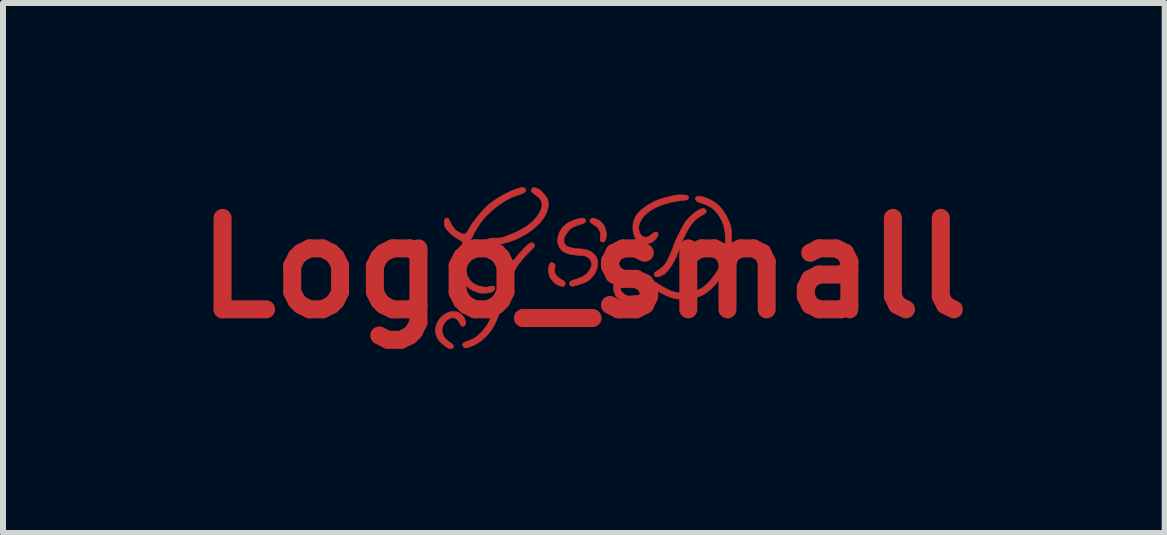
<source format=kicad_pcb>
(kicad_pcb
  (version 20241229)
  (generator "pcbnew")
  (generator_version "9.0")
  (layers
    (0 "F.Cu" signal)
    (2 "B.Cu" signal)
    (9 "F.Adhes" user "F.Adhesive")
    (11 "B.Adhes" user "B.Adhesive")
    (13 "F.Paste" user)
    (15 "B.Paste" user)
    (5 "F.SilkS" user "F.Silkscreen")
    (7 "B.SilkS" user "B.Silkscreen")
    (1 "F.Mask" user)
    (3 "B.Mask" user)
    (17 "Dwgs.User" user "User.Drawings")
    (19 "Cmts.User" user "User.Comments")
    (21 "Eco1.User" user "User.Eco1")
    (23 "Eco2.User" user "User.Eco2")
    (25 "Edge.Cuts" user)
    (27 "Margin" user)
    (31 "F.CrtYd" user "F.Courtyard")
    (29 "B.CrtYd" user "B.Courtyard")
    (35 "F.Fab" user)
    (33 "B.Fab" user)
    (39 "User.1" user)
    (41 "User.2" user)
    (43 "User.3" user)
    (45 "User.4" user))
  (footprint "Logo_small"
    (layer "F.Cu")
    (at 6.684 1.418)
    (property "Reference" "Logo_small" (at 0 0 0) (layer "F.Cu") (effects (font (size 1.524 1.524) (thickness 0.3))))
    (attr through_hole)
    (fp_poly (pts (xy -0.512 -0.087) (xy -0.496 -0.074) (xy -0.485 -0.056) (xy -0.479 -0.034) (xy -0.482 -0.009) (xy -0.482 -0.007) (xy -0.488 0.026) (xy -0.487 0.059) (xy -0.48 0.089) (xy -0.474 0.102) (xy -0.463 0.118) (xy -0.445 0.138) (xy -0.423 0.158) (xy -0.399 0.177) (xy -0.377 0.193) (xy -0.358 0.203) (xy -0.341 0.212) (xy -0.326 0.223) (xy -0.324 0.225) (xy -0.313 0.241) (xy -0.31 0.26) (xy -0.314 0.279) (xy -0.324 0.295) (xy -0.34 0.305) (xy -0.345 0.306) (xy -0.357 0.307) (xy -0.374 0.304) (xy -0.392 0.3) (xy -0.436 0.284) (xy -0.478 0.257) (xy -0.514 0.225) (xy -0.546 0.183) (xy -0.57 0.138) (xy -0.585 0.09) (xy -0.59 0.041) (xy -0.586 -0.008) (xy -0.579 -0.038) (xy -0.571 -0.062) (xy -0.563 -0.078) (xy -0.554 -0.087) (xy -0.542 -0.091) (xy -0.533 -0.091) (xy -0.512 -0.087)) (stroke (width 0.01) (type solid)) (fill yes) (layer "F.Cu"))
    (fp_poly (pts (xy 0.161 -0.831) (xy 0.184 -0.825) (xy 0.195 -0.821) (xy 0.234 -0.804) (xy 0.267 -0.784) (xy 0.296 -0.759) (xy 0.297 -0.758) (xy 0.317 -0.736) (xy 0.333 -0.713) (xy 0.347 -0.687) (xy 0.358 -0.655) (xy 0.368 -0.617) (xy 0.371 -0.604) (xy 0.376 -0.582) (xy 0.378 -0.566) (xy 0.378 -0.552) (xy 0.376 -0.536) (xy 0.373 -0.52) (xy 0.364 -0.485) (xy 0.354 -0.459) (xy 0.343 -0.442) (xy 0.329 -0.434) (xy 0.318 -0.432) (xy 0.303 -0.434) (xy 0.291 -0.438) (xy 0.278 -0.45) (xy 0.272 -0.469) (xy 0.272 -0.494) (xy 0.274 -0.501) (xy 0.279 -0.547) (xy 0.274 -0.589) (xy 0.261 -0.627) (xy 0.249 -0.648) (xy 0.236 -0.664) (xy 0.223 -0.678) (xy 0.206 -0.693) (xy 0.184 -0.709) (xy 0.162 -0.723) (xy 0.142 -0.736) (xy 0.126 -0.748) (xy 0.114 -0.758) (xy 0.11 -0.763) (xy 0.102 -0.781) (xy 0.104 -0.8) (xy 0.116 -0.818) (xy 0.116 -0.818) (xy 0.129 -0.828) (xy 0.143 -0.832) (xy 0.161 -0.831)) (stroke (width 0.01) (type solid)) (fill yes) (layer "F.Cu"))
    (fp_poly (pts (xy -2.125 0.73) (xy -2.102 0.737) (xy -2.072 0.752) (xy -2.043 0.775) (xy -2.016 0.802) (xy -1.995 0.833) (xy -1.99 0.842) (xy -1.978 0.872) (xy -1.972 0.901) (xy -1.972 0.926) (xy -1.977 0.946) (xy -1.987 0.962) (xy -2.002 0.971) (xy -2.02 0.972) (xy -2.036 0.968) (xy -2.045 0.962) (xy -2.053 0.954) (xy -2.061 0.94) (xy -2.071 0.919) (xy -2.072 0.918) (xy -2.092 0.882) (xy -2.116 0.855) (xy -2.143 0.837) (xy -2.173 0.829) (xy -2.205 0.831) (xy -2.24 0.843) (xy -2.246 0.846) (xy -2.272 0.863) (xy -2.299 0.887) (xy -2.322 0.914) (xy -2.338 0.939) (xy -2.351 0.968) (xy -2.36 1.001) (xy -2.364 1.032) (xy -2.363 1.059) (xy -2.362 1.06) (xy -2.351 1.103) (xy -2.334 1.142) (xy -2.31 1.176) (xy -2.278 1.207) (xy -2.237 1.238) (xy -2.235 1.239) (xy -2.21 1.256) (xy -2.193 1.27) (xy -2.182 1.281) (xy -2.176 1.291) (xy -2.174 1.302) (xy -2.174 1.306) (xy -2.178 1.325) (xy -2.19 1.338) (xy -2.208 1.345) (xy -2.231 1.344) (xy -2.251 1.339) (xy -2.269 1.331) (xy -2.291 1.317) (xy -2.317 1.298) (xy -2.344 1.277) (xy -2.37 1.255) (xy -2.391 1.236) (xy -2.426 1.195) (xy -2.451 1.15) (xy -2.467 1.102) (xy -2.473 1.051) (xy -2.473 1.022) (xy -2.464 0.969) (xy -2.446 0.918) (xy -2.42 0.871) (xy -2.387 0.828) (xy -2.348 0.791) (xy -2.302 0.761) (xy -2.253 0.739) (xy -2.238 0.734) (xy -2.201 0.727) (xy -2.162 0.725) (xy -2.125 0.73)) (stroke (width 0.01) (type solid)) (fill yes) (layer "F.Cu"))
    (fp_poly (pts (xy 2.01 -0.989) (xy 2.019 -0.983) (xy 2.024 -0.979) (xy 2.037 -0.961) (xy 2.041 -0.942) (xy 2.037 -0.926) (xy 2.032 -0.92) (xy 2.025 -0.913) (xy 2.014 -0.905) (xy 1.997 -0.894) (xy 1.974 -0.881) (xy 1.943 -0.863) (xy 1.937 -0.86) (xy 1.891 -0.829) (xy 1.846 -0.789) (xy 1.803 -0.74) (xy 1.762 -0.683) (xy 1.744 -0.655) (xy 1.724 -0.619) (xy 1.703 -0.578) (xy 1.681 -0.535) (xy 1.66 -0.49) (xy 1.641 -0.448) (xy 1.624 -0.409) (xy 1.613 -0.378) (xy 1.598 -0.335) (xy 1.585 -0.3) (xy 1.575 -0.271) (xy 1.565 -0.246) (xy 1.557 -0.225) (xy 1.548 -0.205) (xy 1.539 -0.185) (xy 1.529 -0.163) (xy 1.496 -0.099) (xy 1.462 -0.041) (xy 1.427 0.009) (xy 1.392 0.052) (xy 1.358 0.086) (xy 1.324 0.111) (xy 1.321 0.113) (xy 1.285 0.131) (xy 1.253 0.143) (xy 1.226 0.148) (xy 1.205 0.147) (xy 1.201 0.145) (xy 1.183 0.133) (xy 1.175 0.116) (xy 1.173 0.104) (xy 1.176 0.088) (xy 1.185 0.075) (xy 1.201 0.062) (xy 1.208 0.058) (xy 1.263 0.022) (xy 1.309 -0.015) (xy 1.348 -0.056) (xy 1.374 -0.091) (xy 1.384 -0.11) (xy 1.398 -0.136) (xy 1.413 -0.168) (xy 1.43 -0.204) (xy 1.446 -0.241) (xy 1.462 -0.279) (xy 1.477 -0.315) (xy 1.489 -0.347) (xy 1.498 -0.374) (xy 1.498 -0.376) (xy 1.506 -0.398) (xy 1.519 -0.428) (xy 1.535 -0.464) (xy 1.553 -0.503) (xy 1.573 -0.545) (xy 1.595 -0.588) (xy 1.616 -0.631) (xy 1.637 -0.671) (xy 1.657 -0.707) (xy 1.675 -0.739) (xy 1.69 -0.763) (xy 1.697 -0.773) (xy 1.735 -0.818) (xy 1.779 -0.864) (xy 1.827 -0.906) (xy 1.86 -0.931) (xy 1.891 -0.952) (xy 1.916 -0.968) (xy 1.937 -0.979) (xy 1.956 -0.986) (xy 1.975 -0.989) (xy 1.982 -0.99) (xy 1.999 -0.99) (xy 2.01 -0.989)) (stroke (width 0.01) (type solid)) (fill yes) (layer "F.Cu"))
    (fp_poly (pts (xy -0.807 -1.336) (xy -0.781 -1.327) (xy -0.754 -1.315) (xy -0.728 -1.299) (xy -0.716 -1.289) (xy -0.709 -1.282) (xy -0.698 -1.27) (xy -0.683 -1.253) (xy -0.667 -1.234) (xy -0.651 -1.214) (xy -0.636 -1.196) (xy -0.625 -1.182) (xy -0.621 -1.177) (xy -0.607 -1.151) (xy -0.598 -1.118) (xy -0.593 -1.081) (xy -0.593 -1.04) (xy -0.598 -0.999) (xy -0.602 -0.983) (xy -0.613 -0.948) (xy -0.629 -0.909) (xy -0.649 -0.869) (xy -0.67 -0.833) (xy -0.683 -0.815) (xy -0.738 -0.75) (xy -0.801 -0.687) (xy -0.872 -0.629) (xy -0.949 -0.575) (xy -1.031 -0.527) (xy -1.117 -0.485) (xy -1.159 -0.467) (xy -1.213 -0.448) (xy -1.268 -0.43) (xy -1.322 -0.415) (xy -1.375 -0.403) (xy -1.425 -0.394) (xy -1.471 -0.389) (xy -1.511 -0.387) (xy -1.544 -0.388) (xy -1.557 -0.391) (xy -1.581 -0.4) (xy -1.599 -0.414) (xy -1.609 -0.431) (xy -1.611 -0.45) (xy -1.603 -0.469) (xy -1.6 -0.474) (xy -1.591 -0.482) (xy -1.578 -0.489) (xy -1.559 -0.493) (xy -1.533 -0.496) (xy -1.499 -0.498) (xy -1.47 -0.498) (xy -1.441 -0.498) (xy -1.414 -0.499) (xy -1.392 -0.501) (xy -1.376 -0.502) (xy -1.373 -0.503) (xy -1.356 -0.508) (xy -1.331 -0.516) (xy -1.301 -0.527) (xy -1.266 -0.541) (xy -1.23 -0.555) (xy -1.193 -0.57) (xy -1.157 -0.585) (xy -1.125 -0.6) (xy -1.103 -0.61) (xy -1.023 -0.653) (xy -0.949 -0.699) (xy -0.884 -0.749) (xy -0.827 -0.803) (xy -0.779 -0.859) (xy -0.741 -0.918) (xy -0.713 -0.975) (xy -0.701 -1.015) (xy -0.697 -1.053) (xy -0.703 -1.092) (xy -0.703 -1.092) (xy -0.714 -1.125) (xy -0.731 -1.153) (xy -0.755 -1.179) (xy -0.785 -1.203) (xy -0.815 -1.224) (xy -0.837 -1.241) (xy -0.853 -1.254) (xy -0.864 -1.265) (xy -0.871 -1.275) (xy -0.874 -1.281) (xy -0.878 -1.293) (xy -0.876 -1.304) (xy -0.871 -1.313) (xy -0.861 -1.327) (xy -0.849 -1.336) (xy -0.848 -1.336) (xy -0.83 -1.339) (xy -0.807 -1.336)) (stroke (width 0.01) (type solid)) (fill yes) (layer "F.Cu"))
    (fp_poly (pts (xy 1.645 -1.218) (xy 1.673 -1.217) (xy 1.699 -1.214) (xy 1.718 -1.211) (xy 1.729 -1.207) (xy 1.73 -1.207) (xy 1.741 -1.194) (xy 1.746 -1.178) (xy 1.744 -1.161) (xy 1.735 -1.146) (xy 1.723 -1.139) (xy 1.713 -1.136) (xy 1.695 -1.133) (xy 1.672 -1.13) (xy 1.651 -1.128) (xy 1.555 -1.115) (xy 1.462 -1.098) (xy 1.376 -1.075) (xy 1.295 -1.049) (xy 1.22 -1.018) (xy 1.153 -0.984) (xy 1.093 -0.946) (xy 1.042 -0.905) (xy 1.004 -0.866) (xy 0.981 -0.836) (xy 0.96 -0.805) (xy 0.941 -0.773) (xy 0.928 -0.745) (xy 0.922 -0.729) (xy 0.915 -0.694) (xy 0.915 -0.657) (xy 0.92 -0.62) (xy 0.931 -0.586) (xy 0.947 -0.557) (xy 0.954 -0.548) (xy 0.976 -0.528) (xy 0.999 -0.517) (xy 1.027 -0.513) (xy 1.032 -0.513) (xy 1.057 -0.516) (xy 1.081 -0.524) (xy 1.105 -0.539) (xy 1.131 -0.561) (xy 1.158 -0.583) (xy 1.181 -0.596) (xy 1.2 -0.601) (xy 1.216 -0.598) (xy 1.229 -0.586) (xy 1.229 -0.585) (xy 1.237 -0.572) (xy 1.239 -0.558) (xy 1.234 -0.541) (xy 1.227 -0.525) (xy 1.202 -0.486) (xy 1.169 -0.453) (xy 1.131 -0.428) (xy 1.104 -0.416) (xy 1.071 -0.408) (xy 1.035 -0.404) (xy 1 -0.404) (xy 0.971 -0.409) (xy 0.943 -0.419) (xy 0.919 -0.432) (xy 0.897 -0.452) (xy 0.887 -0.463) (xy 0.858 -0.501) (xy 0.838 -0.545) (xy 0.825 -0.595) (xy 0.818 -0.651) (xy 0.818 -0.674) (xy 0.82 -0.725) (xy 0.829 -0.771) (xy 0.843 -0.815) (xy 0.859 -0.85) (xy 0.885 -0.89) (xy 0.919 -0.93) (xy 0.961 -0.97) (xy 1.01 -1.01) (xy 1.064 -1.047) (xy 1.124 -1.082) (xy 1.187 -1.114) (xy 1.242 -1.138) (xy 1.264 -1.145) (xy 1.293 -1.154) (xy 1.329 -1.165) (xy 1.368 -1.175) (xy 1.408 -1.186) (xy 1.448 -1.196) (xy 1.486 -1.204) (xy 1.519 -1.211) (xy 1.536 -1.214) (xy 1.558 -1.217) (xy 1.585 -1.219) (xy 1.614 -1.219) (xy 1.645 -1.218)) (stroke (width 0.01) (type solid)) (fill yes) (layer "F.Cu"))
    (fp_poly (pts (xy -0.849 -0.417) (xy -0.834 -0.406) (xy -0.825 -0.39) (xy -0.824 -0.371) (xy -0.831 -0.351) (xy -0.832 -0.35) (xy -0.838 -0.342) (xy -0.85 -0.329) (xy -0.867 -0.311) (xy -0.888 -0.29) (xy -0.911 -0.267) (xy -0.915 -0.263) (xy -0.963 -0.214) (xy -1.005 -0.168) (xy -1.042 -0.125) (xy -1.074 -0.083) (xy -1.102 -0.044) (xy -1.135 0.008) (xy -1.165 0.058) (xy -1.191 0.108) (xy -1.215 0.159) (xy -1.238 0.213) (xy -1.259 0.272) (xy -1.281 0.337) (xy -1.303 0.41) (xy -1.308 0.429) (xy -1.335 0.524) (xy -1.361 0.609) (xy -1.385 0.686) (xy -1.409 0.755) (xy -1.432 0.817) (xy -1.455 0.872) (xy -1.478 0.922) (xy -1.502 0.968) (xy -1.526 1.009) (xy -1.552 1.047) (xy -1.579 1.082) (xy -1.608 1.116) (xy -1.625 1.135) (xy -1.671 1.179) (xy -1.716 1.217) (xy -1.761 1.248) (xy -1.81 1.275) (xy -1.864 1.3) (xy -1.892 1.311) (xy -1.924 1.322) (xy -1.948 1.328) (xy -1.967 1.33) (xy -1.983 1.328) (xy -1.989 1.326) (xy -2.003 1.317) (xy -2.014 1.302) (xy -2.021 1.287) (xy -2.022 1.282) (xy -2.02 1.269) (xy -2.015 1.259) (xy -2.004 1.249) (xy -1.987 1.239) (xy -1.963 1.228) (xy -1.931 1.216) (xy -1.913 1.209) (xy -1.882 1.198) (xy -1.856 1.187) (xy -1.832 1.173) (xy -1.806 1.156) (xy -1.795 1.149) (xy -1.753 1.115) (xy -1.711 1.074) (xy -1.669 1.028) (xy -1.631 0.978) (xy -1.6 0.929) (xy -1.582 0.896) (xy -1.565 0.864) (xy -1.549 0.829) (xy -1.534 0.791) (xy -1.518 0.75) (xy -1.502 0.702) (xy -1.485 0.648) (xy -1.467 0.586) (xy -1.455 0.544) (xy -1.436 0.478) (xy -1.419 0.42) (xy -1.404 0.37) (xy -1.389 0.326) (xy -1.376 0.285) (xy -1.362 0.248) (xy -1.354 0.226) (xy -1.309 0.118) (xy -1.26 0.019) (xy -1.205 -0.073) (xy -1.145 -0.16) (xy -1.078 -0.242) (xy -1.004 -0.321) (xy -1.002 -0.323) (xy -0.97 -0.354) (xy -0.944 -0.379) (xy -0.922 -0.397) (xy -0.904 -0.41) (xy -0.889 -0.417) (xy -0.876 -0.421) (xy -0.869 -0.422) (xy -0.849 -0.417)) (stroke (width 0.01) (type solid)) (fill yes) (layer "F.Cu"))
    (fp_poly (pts (xy -0.011 -0.831) (xy 0.01 -0.823) (xy 0.024 -0.809) (xy 0.03 -0.789) (xy 0.03 -0.784) (xy 0.026 -0.766) (xy 0.011 -0.752) (xy -0.012 -0.74) (xy -0.032 -0.734) (xy -0.062 -0.726) (xy -0.097 -0.714) (xy -0.134 -0.7) (xy -0.168 -0.685) (xy -0.189 -0.675) (xy -0.219 -0.655) (xy -0.248 -0.627) (xy -0.276 -0.594) (xy -0.301 -0.558) (xy -0.31 -0.541) (xy -0.321 -0.519) (xy -0.328 -0.503) (xy -0.331 -0.488) (xy -0.333 -0.473) (xy -0.333 -0.46) (xy -0.332 -0.439) (xy -0.329 -0.423) (xy -0.323 -0.408) (xy -0.319 -0.4) (xy -0.303 -0.379) (xy -0.286 -0.364) (xy -0.262 -0.353) (xy -0.243 -0.348) (xy -0.22 -0.342) (xy -0.194 -0.335) (xy -0.181 -0.33) (xy -0.156 -0.324) (xy -0.128 -0.321) (xy -0.104 -0.32) (xy -0.047 -0.318) (xy 0.003 -0.312) (xy 0.047 -0.302) (xy 0.087 -0.288) (xy 0.112 -0.275) (xy 0.153 -0.247) (xy 0.186 -0.214) (xy 0.211 -0.175) (xy 0.228 -0.132) (xy 0.229 -0.127) (xy 0.233 -0.093) (xy 0.231 -0.054) (xy 0.223 -0.012) (xy 0.211 0.031) (xy 0.195 0.072) (xy 0.182 0.095) (xy 0.155 0.133) (xy 0.121 0.17) (xy 0.082 0.203) (xy 0.041 0.23) (xy 0.017 0.241) (xy -0.003 0.25) (xy -0.029 0.259) (xy -0.058 0.269) (xy -0.088 0.279) (xy -0.117 0.288) (xy -0.143 0.295) (xy -0.165 0.301) (xy -0.181 0.304) (xy -0.185 0.305) (xy -0.202 0.303) (xy -0.216 0.298) (xy -0.218 0.297) (xy -0.231 0.282) (xy -0.239 0.265) (xy -0.24 0.247) (xy -0.238 0.24) (xy -0.229 0.229) (xy -0.213 0.218) (xy -0.192 0.207) (xy -0.171 0.199) (xy -0.157 0.196) (xy -0.145 0.192) (xy -0.126 0.186) (xy -0.104 0.178) (xy -0.094 0.174) (xy -0.051 0.157) (xy -0.017 0.141) (xy 0.011 0.125) (xy 0.034 0.108) (xy 0.053 0.09) (xy 0.071 0.069) (xy 0.078 0.059) (xy 0.099 0.028) (xy 0.114 0.003) (xy 0.123 -0.02) (xy 0.128 -0.043) (xy 0.129 -0.064) (xy 0.124 -0.101) (xy 0.111 -0.133) (xy 0.088 -0.16) (xy 0.057 -0.183) (xy 0.022 -0.199) (xy 0.008 -0.203) (xy -0.008 -0.206) (xy -0.029 -0.209) (xy -0.055 -0.211) (xy -0.09 -0.213) (xy -0.097 -0.213) (xy -0.156 -0.218) (xy -0.207 -0.225) (xy -0.252 -0.235) (xy -0.291 -0.248) (xy -0.316 -0.26) (xy -0.356 -0.285) (xy -0.388 -0.316) (xy -0.412 -0.353) (xy -0.428 -0.394) (xy -0.436 -0.439) (xy -0.435 -0.487) (xy -0.426 -0.537) (xy -0.408 -0.589) (xy -0.398 -0.609) (xy -0.368 -0.659) (xy -0.33 -0.702) (xy -0.284 -0.74) (xy -0.229 -0.771) (xy -0.192 -0.787) (xy -0.158 -0.8) (xy -0.123 -0.811) (xy -0.09 -0.821) (xy -0.061 -0.828) (xy -0.038 -0.832) (xy -0.038 -0.832) (xy -0.011 -0.831)) (stroke (width 0.01) (type solid)) (fill yes) (layer "F.Cu"))
    (fp_poly (pts (xy -0.998 -1.339) (xy -0.982 -1.329) (xy -0.972 -1.312) (xy -0.97 -1.295) (xy -0.972 -1.283) (xy -0.977 -1.272) (xy -0.987 -1.262) (xy -1.002 -1.252) (xy -1.025 -1.241) (xy -1.054 -1.23) (xy -1.093 -1.217) (xy -1.107 -1.213) (xy -1.166 -1.192) (xy -1.224 -1.167) (xy -1.281 -1.138) (xy -1.34 -1.103) (xy -1.401 -1.061) (xy -1.467 -1.013) (xy -1.478 -1.004) (xy -1.507 -0.981) (xy -1.539 -0.952) (xy -1.573 -0.92) (xy -1.608 -0.886) (xy -1.641 -0.853) (xy -1.671 -0.82) (xy -1.696 -0.791) (xy -1.715 -0.766) (xy -1.716 -0.765) (xy -1.763 -0.695) (xy -1.806 -0.622) (xy -1.847 -0.547) (xy -1.883 -0.473) (xy -1.913 -0.4) (xy -1.938 -0.331) (xy -1.947 -0.3) (xy -1.964 -0.227) (xy -1.975 -0.156) (xy -1.979 -0.087) (xy -1.977 -0.021) (xy -1.968 0.041) (xy -1.954 0.098) (xy -1.934 0.149) (xy -1.908 0.193) (xy -1.881 0.225) (xy -1.849 0.252) (xy -1.81 0.275) (xy -1.767 0.294) (xy -1.722 0.308) (xy -1.677 0.317) (xy -1.633 0.32) (xy -1.593 0.316) (xy -1.571 0.31) (xy -1.54 0.302) (xy -1.516 0.301) (xy -1.498 0.306) (xy -1.487 0.319) (xy -1.483 0.337) (xy -1.488 0.356) (xy -1.5 0.375) (xy -1.518 0.39) (xy -1.525 0.394) (xy -1.55 0.404) (xy -1.582 0.412) (xy -1.618 0.417) (xy -1.656 0.42) (xy -1.693 0.42) (xy -1.726 0.418) (xy -1.745 0.414) (xy -1.771 0.406) (xy -1.802 0.394) (xy -1.833 0.381) (xy -1.863 0.367) (xy -1.887 0.354) (xy -1.897 0.348) (xy -1.934 0.318) (xy -1.968 0.279) (xy -1.999 0.231) (xy -2.008 0.215) (xy -2.032 0.163) (xy -2.05 0.114) (xy -2.064 0.063) (xy -2.072 0.008) (xy -2.077 -0.052) (xy -2.078 -0.1) (xy -2.076 -0.158) (xy -2.071 -0.21) (xy -2.063 -0.26) (xy -2.049 -0.313) (xy -2.039 -0.344) (xy -2.03 -0.375) (xy -2.024 -0.399) (xy -2.023 -0.417) (xy -2.025 -0.43) (xy -2.03 -0.44) (xy -2.031 -0.441) (xy -2.039 -0.448) (xy -2.054 -0.458) (xy -2.073 -0.47) (xy -2.083 -0.475) (xy -2.122 -0.498) (xy -2.157 -0.521) (xy -2.189 -0.547) (xy -2.223 -0.577) (xy -2.246 -0.599) (xy -2.275 -0.63) (xy -2.296 -0.654) (xy -2.309 -0.674) (xy -2.311 -0.678) (xy -2.32 -0.702) (xy -2.325 -0.73) (xy -2.326 -0.758) (xy -2.325 -0.784) (xy -2.32 -0.807) (xy -2.312 -0.822) (xy -2.311 -0.823) (xy -2.298 -0.831) (xy -2.281 -0.833) (xy -2.266 -0.829) (xy -2.259 -0.824) (xy -2.255 -0.817) (xy -2.246 -0.802) (xy -2.236 -0.781) (xy -2.224 -0.758) (xy -2.22 -0.749) (xy -2.198 -0.707) (xy -2.176 -0.674) (xy -2.152 -0.646) (xy -2.123 -0.622) (xy -2.089 -0.601) (xy -2.068 -0.59) (xy -2.04 -0.576) (xy -2.018 -0.568) (xy -2.001 -0.565) (xy -1.987 -0.565) (xy -1.974 -0.57) (xy -1.964 -0.578) (xy -1.951 -0.593) (xy -1.936 -0.615) (xy -1.919 -0.642) (xy -1.901 -0.673) (xy -1.893 -0.688) (xy -1.878 -0.715) (xy -1.86 -0.743) (xy -1.837 -0.775) (xy -1.81 -0.81) (xy -1.777 -0.851) (xy -1.738 -0.897) (xy -1.725 -0.913) (xy -1.688 -0.954) (xy -1.656 -0.989) (xy -1.626 -1.019) (xy -1.597 -1.046) (xy -1.567 -1.072) (xy -1.533 -1.097) (xy -1.521 -1.106) (xy -1.465 -1.145) (xy -1.405 -1.182) (xy -1.344 -1.218) (xy -1.281 -1.251) (xy -1.22 -1.28) (xy -1.161 -1.304) (xy -1.107 -1.324) (xy -1.058 -1.337) (xy -1.053 -1.339) (xy -1.022 -1.342) (xy -0.998 -1.339)) (stroke (width 0.01) (type solid)) (fill yes) (layer "F.Cu"))
    (fp_poly (pts (xy 1.94 -1.196) (xy 1.966 -1.191) (xy 1.998 -1.182) (xy 2.033 -1.17) (xy 2.068 -1.157) (xy 2.099 -1.143) (xy 2.105 -1.14) (xy 2.17 -1.102) (xy 2.229 -1.058) (xy 2.283 -1.005) (xy 2.33 -0.944) (xy 2.373 -0.876) (xy 2.41 -0.798) (xy 2.42 -0.773) (xy 2.431 -0.744) (xy 2.44 -0.719) (xy 2.447 -0.696) (xy 2.452 -0.674) (xy 2.456 -0.65) (xy 2.459 -0.623) (xy 2.46 -0.592) (xy 2.461 -0.554) (xy 2.461 -0.509) (xy 2.461 -0.485) (xy 2.461 -0.434) (xy 2.46 -0.392) (xy 2.459 -0.355) (xy 2.457 -0.324) (xy 2.454 -0.295) (xy 2.45 -0.267) (xy 2.444 -0.238) (xy 2.437 -0.206) (xy 2.428 -0.172) (xy 2.398 -0.073) (xy 2.358 0.023) (xy 2.31 0.114) (xy 2.252 0.2) (xy 2.186 0.281) (xy 2.144 0.325) (xy 2.097 0.369) (xy 2.051 0.406) (xy 2.003 0.437) (xy 1.951 0.464) (xy 1.95 0.464) (xy 1.881 0.492) (xy 1.807 0.511) (xy 1.729 0.522) (xy 1.651 0.524) (xy 1.573 0.518) (xy 1.496 0.504) (xy 1.439 0.487) (xy 1.4 0.472) (xy 1.355 0.451) (xy 1.304 0.424) (xy 1.248 0.393) (xy 1.188 0.358) (xy 1.124 0.318) (xy 1.123 0.318) (xy 1.079 0.29) (xy 1.042 0.267) (xy 1.009 0.249) (xy 0.981 0.234) (xy 0.955 0.223) (xy 0.931 0.215) (xy 0.905 0.208) (xy 0.878 0.203) (xy 0.847 0.199) (xy 0.839 0.198) (xy 0.787 0.196) (xy 0.741 0.202) (xy 0.699 0.217) (xy 0.662 0.241) (xy 0.653 0.25) (xy 0.629 0.275) (xy 0.615 0.301) (xy 0.61 0.329) (xy 0.61 0.333) (xy 0.615 0.365) (xy 0.629 0.394) (xy 0.653 0.42) (xy 0.686 0.443) (xy 0.706 0.454) (xy 0.738 0.469) (xy 0.819 0.463) (xy 0.851 0.46) (xy 0.88 0.457) (xy 0.902 0.454) (xy 0.916 0.45) (xy 0.917 0.45) (xy 0.939 0.444) (xy 0.963 0.442) (xy 0.985 0.445) (xy 1.001 0.451) (xy 1.002 0.452) (xy 1.015 0.467) (xy 1.019 0.484) (xy 1.012 0.503) (xy 1.009 0.508) (xy 0.998 0.521) (xy 0.984 0.532) (xy 0.965 0.54) (xy 0.939 0.547) (xy 0.91 0.553) (xy 0.857 0.562) (xy 0.808 0.565) (xy 0.76 0.564) (xy 0.746 0.563) (xy 0.711 0.558) (xy 0.672 0.549) (xy 0.634 0.537) (xy 0.6 0.523) (xy 0.581 0.513) (xy 0.554 0.492) (xy 0.532 0.463) (xy 0.514 0.428) (xy 0.502 0.389) (xy 0.496 0.347) (xy 0.497 0.303) (xy 0.498 0.292) (xy 0.506 0.257) (xy 0.518 0.228) (xy 0.536 0.204) (xy 0.55 0.191) (xy 0.603 0.152) (xy 0.657 0.123) (xy 0.713 0.103) (xy 0.77 0.094) (xy 0.829 0.094) (xy 0.848 0.096) (xy 0.886 0.102) (xy 0.924 0.11) (xy 0.962 0.121) (xy 1.001 0.136) (xy 1.043 0.155) (xy 1.089 0.178) (xy 1.139 0.205) (xy 1.195 0.239) (xy 1.247 0.271) (xy 1.305 0.306) (xy 1.357 0.336) (xy 1.404 0.36) (xy 1.446 0.379) (xy 1.487 0.394) (xy 1.526 0.405) (xy 1.565 0.412) (xy 1.595 0.416) (xy 1.631 0.418) (xy 1.671 0.418) (xy 1.71 0.417) (xy 1.746 0.415) (xy 1.777 0.411) (xy 1.785 0.409) (xy 1.858 0.388) (xy 1.927 0.358) (xy 1.991 0.32) (xy 2.049 0.272) (xy 2.1 0.219) (xy 2.151 0.156) (xy 2.194 0.098) (xy 2.229 0.044) (xy 2.257 -0.006) (xy 2.272 -0.038) (xy 2.302 -0.112) (xy 2.325 -0.18) (xy 2.341 -0.246) (xy 2.353 -0.312) (xy 2.359 -0.38) (xy 2.361 -0.412) (xy 2.361 -0.499) (xy 2.356 -0.579) (xy 2.344 -0.652) (xy 2.327 -0.72) (xy 2.303 -0.783) (xy 2.272 -0.842) (xy 2.234 -0.898) (xy 2.22 -0.916) (xy 2.183 -0.957) (xy 2.144 -0.992) (xy 2.101 -1.022) (xy 2.053 -1.047) (xy 1.997 -1.07) (xy 1.96 -1.082) (xy 1.931 -1.092) (xy 1.909 -1.1) (xy 1.894 -1.107) (xy 1.883 -1.114) (xy 1.876 -1.12) (xy 1.863 -1.138) (xy 1.859 -1.156) (xy 1.864 -1.171) (xy 1.876 -1.184) (xy 1.894 -1.194) (xy 1.917 -1.198) (xy 1.94 -1.196)) (stroke (width 0.01) (type solid)) (fill yes) (layer "F.Cu")))
  (gr_rect
    (start -3 -3)
    (end 16.368 5.836)
    (stroke (width 0.1) (type default))
    (fill no)
    (layer "Edge.Cuts")))
</source>
